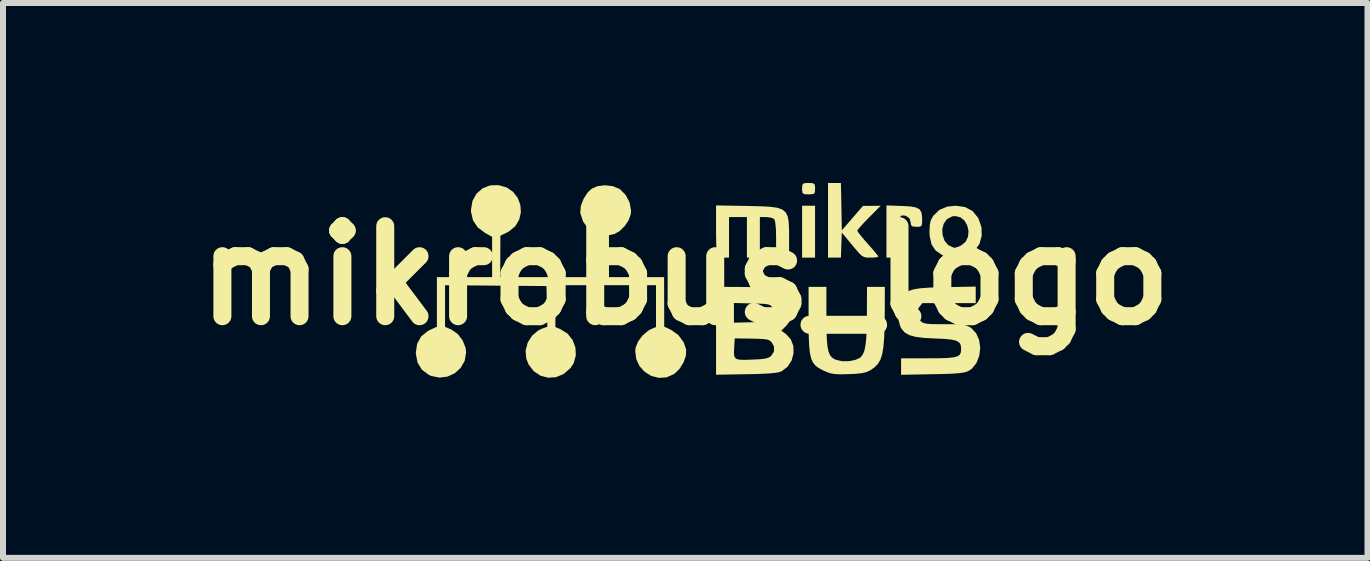
<source format=kicad_pcb>
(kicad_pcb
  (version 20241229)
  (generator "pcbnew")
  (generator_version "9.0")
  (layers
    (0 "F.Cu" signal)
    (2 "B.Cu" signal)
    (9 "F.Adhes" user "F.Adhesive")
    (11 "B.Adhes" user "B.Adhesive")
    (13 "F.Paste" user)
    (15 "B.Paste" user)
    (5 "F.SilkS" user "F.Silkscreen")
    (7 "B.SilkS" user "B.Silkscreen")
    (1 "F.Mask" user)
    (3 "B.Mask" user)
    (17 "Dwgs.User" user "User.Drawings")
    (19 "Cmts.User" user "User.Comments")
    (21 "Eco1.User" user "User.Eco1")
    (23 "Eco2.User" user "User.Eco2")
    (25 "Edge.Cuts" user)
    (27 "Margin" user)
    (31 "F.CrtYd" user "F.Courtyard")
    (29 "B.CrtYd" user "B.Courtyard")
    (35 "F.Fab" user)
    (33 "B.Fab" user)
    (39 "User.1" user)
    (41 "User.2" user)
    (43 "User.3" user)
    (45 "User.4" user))
  (footprint "mikrobus_logo"
    (layer "F.Cu")
    (at 8.371 1.542)
    (property "Reference" "mikrobus_logo" (at 0 0 0) (layer "F.SilkS") (effects (font (size 1.5 1.5) (thickness 0.3))))
    (attr board_only exclude_from_pos_files exclude_from_bom)
    (fp_poly (pts (xy 2.164 -0.73) (xy 2.164 -0.298) (xy 2.056 -0.298) (xy 1.948 -0.298) (xy 1.948 -0.73) (xy 1.948 -1.163) (xy 2.056 -1.163) (xy 2.164 -1.163)) (stroke (width 0) (type solid)) (fill yes) (layer "F.SilkS"))
    (fp_poly (pts (xy 2.125 -1.539) (xy 2.156 -1.521) (xy 2.164 -1.475) (xy 2.164 -1.447) (xy 2.161 -1.387) (xy 2.141 -1.36) (xy 2.088 -1.353) (xy 2.056 -1.353) (xy 1.987 -1.355) (xy 1.956 -1.373) (xy 1.948 -1.419) (xy 1.948 -1.447) (xy 1.951 -1.508) (xy 1.971 -1.535) (xy 2.024 -1.542) (xy 2.056 -1.542)) (stroke (width 0) (type solid)) (fill yes) (layer "F.SilkS"))
    (fp_poly (pts (xy 3.613 -1.159) (xy 3.754 -1.151) (xy 3.849 -1.133) (xy 3.908 -1.101) (xy 3.938 -1.048) (xy 3.949 -0.969) (xy 3.949 -0.928) (xy 3.947 -0.855) (xy 3.932 -0.822) (xy 3.892 -0.812) (xy 3.855 -0.812) (xy 3.79 -0.817) (xy 3.764 -0.84) (xy 3.76 -0.874) (xy 3.738 -0.952) (xy 3.678 -0.995) (xy 3.633 -1.001) (xy 3.607 -0.999) (xy 3.59 -0.988) (xy 3.579 -0.96) (xy 3.573 -0.905) (xy 3.571 -0.815) (xy 3.571 -0.681) (xy 3.571 -0.649) (xy 3.571 -0.298) (xy 3.462 -0.298) (xy 3.354 -0.298) (xy 3.354 -0.733) (xy 3.354 -1.168)) (stroke (width 0) (type solid)) (fill yes) (layer "F.SilkS"))
    (fp_poly (pts (xy 2.603 -1.147) (xy 2.61 -0.752) (xy 2.786 -0.956) (xy 2.962 -1.16) (xy 3.11 -1.161) (xy 3.258 -1.163) (xy 3.063 -0.966) (xy 2.981 -0.882) (xy 2.916 -0.811) (xy 2.876 -0.763) (xy 2.867 -0.747) (xy 2.884 -0.719) (xy 2.93 -0.66) (xy 2.996 -0.581) (xy 3.043 -0.528) (xy 3.118 -0.443) (xy 3.177 -0.372) (xy 3.213 -0.327) (xy 3.219 -0.315) (xy 3.195 -0.305) (xy 3.133 -0.299) (xy 3.087 -0.298) (xy 3.027 -0.299) (xy 2.981 -0.308) (xy 2.939 -0.332) (xy 2.89 -0.38) (xy 2.823 -0.458) (xy 2.783 -0.507) (xy 2.61 -0.715) (xy 2.602 -0.507) (xy 2.595 -0.298) (xy 2.487 -0.298) (xy 2.38 -0.298) (xy 2.38 -0.92) (xy 2.38 -1.542) (xy 2.488 -1.542) (xy 2.595 -1.542)) (stroke (width 0) (type solid)) (fill yes) (layer "F.SilkS"))
    (fp_poly (pts (xy 1.035 -1.159) (xy 1.246 -1.154) (xy 1.41 -1.146) (xy 1.532 -1.13) (xy 1.618 -1.1) (xy 1.675 -1.053) (xy 1.709 -0.984) (xy 1.725 -0.887) (xy 1.731 -0.758) (xy 1.731 -0.621) (xy 1.731 -0.298) (xy 1.623 -0.298) (xy 1.515 -0.298) (xy 1.515 -0.603) (xy 1.512 -0.765) (xy 1.502 -0.876) (xy 1.487 -0.935) (xy 1.482 -0.941) (xy 1.435 -0.963) (xy 1.362 -0.973) (xy 1.347 -0.974) (xy 1.244 -0.974) (xy 1.244 -0.636) (xy 1.244 -0.298) (xy 1.136 -0.298) (xy 1.028 -0.298) (xy 1.028 -0.636) (xy 1.028 -0.974) (xy 0.879 -0.974) (xy 0.73 -0.974) (xy 0.73 -0.636) (xy 0.73 -0.298) (xy 0.64 -0.298) (xy 0.573 -0.302) (xy 0.533 -0.315) (xy 0.532 -0.316) (xy 0.526 -0.348) (xy 0.52 -0.424) (xy 0.517 -0.535) (xy 0.514 -0.67) (xy 0.514 -0.751) (xy 0.514 -1.168)) (stroke (width 0) (type solid)) (fill yes) (layer "F.SilkS"))
    (fp_poly (pts (xy 4.664 -1.141) (xy 4.787 -1.076) (xy 4.878 -0.966) (xy 4.889 -0.946) (xy 4.938 -0.803) (xy 4.942 -0.662) (xy 4.906 -0.531) (xy 4.832 -0.424) (xy 4.728 -0.351) (xy 4.586 -0.309) (xy 4.437 -0.303) (xy 4.303 -0.332) (xy 4.28 -0.343) (xy 4.173 -0.417) (xy 4.106 -0.517) (xy 4.075 -0.652) (xy 4.071 -0.73) (xy 4.073 -0.77) (xy 4.284 -0.77) (xy 4.29 -0.671) (xy 4.323 -0.579) (xy 4.384 -0.506) (xy 4.471 -0.466) (xy 4.498 -0.462) (xy 4.535 -0.472) (xy 4.595 -0.499) (xy 4.599 -0.501) (xy 4.675 -0.564) (xy 4.714 -0.649) (xy 4.722 -0.743) (xy 4.7 -0.836) (xy 4.654 -0.916) (xy 4.585 -0.971) (xy 4.498 -0.991) (xy 4.45 -0.985) (xy 4.363 -0.94) (xy 4.309 -0.864) (xy 4.284 -0.77) (xy 4.073 -0.77) (xy 4.076 -0.841) (xy 4.092 -0.918) (xy 4.127 -0.984) (xy 4.136 -0.997) (xy 4.236 -1.094) (xy 4.37 -1.149) (xy 4.51 -1.163)) (stroke (width 0) (type solid)) (fill yes) (layer "F.SilkS"))
    (fp_poly (pts (xy 2.353 0.691) (xy 2.355 0.899) (xy 2.36 1.059) (xy 2.371 1.18) (xy 2.388 1.267) (xy 2.414 1.328) (xy 2.45 1.37) (xy 2.497 1.399) (xy 2.513 1.405) (xy 2.611 1.428) (xy 2.724 1.428) (xy 2.832 1.408) (xy 2.913 1.371) (xy 2.927 1.359) (xy 2.961 1.314) (xy 2.987 1.25) (xy 3.005 1.16) (xy 3.018 1.039) (xy 3.025 0.878) (xy 3.028 0.671) (xy 3.028 0.629) (xy 3.03 0.189) (xy 3.178 0.189) (xy 3.327 0.189) (xy 3.326 0.602) (xy 3.323 0.844) (xy 3.316 1.039) (xy 3.303 1.192) (xy 3.283 1.312) (xy 3.253 1.403) (xy 3.212 1.473) (xy 3.158 1.529) (xy 3.091 1.576) (xy 3.081 1.582) (xy 3.02 1.61) (xy 2.943 1.628) (xy 2.834 1.639) (xy 2.719 1.644) (xy 2.589 1.647) (xy 2.496 1.643) (xy 2.426 1.632) (xy 2.36 1.609) (xy 2.305 1.585) (xy 2.23 1.545) (xy 2.172 1.503) (xy 2.129 1.45) (xy 2.098 1.38) (xy 2.077 1.285) (xy 2.065 1.159) (xy 2.058 0.994) (xy 2.056 0.783) (xy 2.056 0.737) (xy 2.056 0.189) (xy 2.205 0.189) (xy 2.353 0.189)) (stroke (width 0) (type solid)) (fill yes) (layer "F.SilkS"))
    (fp_poly (pts (xy 4.842 0.322) (xy 4.842 0.46) (xy 4.398 0.46) (xy 3.953 0.46) (xy 3.897 0.531) (xy 3.851 0.606) (xy 3.85 0.667) (xy 3.895 0.732) (xy 3.908 0.745) (xy 3.937 0.772) (xy 3.97 0.791) (xy 4.016 0.802) (xy 4.085 0.809) (xy 4.187 0.811) (xy 4.323 0.812) (xy 4.469 0.812) (xy 4.572 0.816) (xy 4.644 0.823) (xy 4.696 0.837) (xy 4.739 0.857) (xy 4.764 0.873) (xy 4.848 0.961) (xy 4.899 1.076) (xy 4.917 1.206) (xy 4.901 1.338) (xy 4.854 1.459) (xy 4.776 1.555) (xy 4.727 1.588) (xy 4.687 1.606) (xy 4.633 1.619) (xy 4.559 1.628) (xy 4.455 1.636) (xy 4.313 1.641) (xy 4.126 1.645) (xy 4.118 1.645) (xy 3.598 1.655) (xy 3.598 1.517) (xy 3.598 1.38) (xy 4.056 1.38) (xy 4.24 1.379) (xy 4.378 1.374) (xy 4.475 1.364) (xy 4.539 1.347) (xy 4.576 1.32) (xy 4.594 1.281) (xy 4.598 1.229) (xy 4.599 1.22) (xy 4.592 1.16) (xy 4.568 1.117) (xy 4.518 1.087) (xy 4.436 1.068) (xy 4.313 1.056) (xy 4.166 1.05) (xy 3.978 1.04) (xy 3.837 1.022) (xy 3.733 0.993) (xy 3.659 0.95) (xy 3.607 0.891) (xy 3.586 0.853) (xy 3.552 0.732) (xy 3.547 0.593) (xy 3.57 0.461) (xy 3.591 0.407) (xy 3.628 0.342) (xy 3.673 0.292) (xy 3.73 0.256) (xy 3.81 0.23) (xy 3.918 0.213) (xy 4.063 0.202) (xy 4.251 0.196) (xy 4.335 0.194) (xy 4.842 0.185)) (stroke (width 0) (type solid)) (fill yes) (layer "F.SilkS"))
    (fp_poly (pts (xy 0.94 0.191) (xy 1.169 0.194) (xy 1.351 0.203) (xy 1.491 0.221) (xy 1.597 0.249) (xy 1.673 0.289) (xy 1.728 0.343) (xy 1.767 0.413) (xy 1.78 0.449) (xy 1.803 0.589) (xy 1.773 0.716) (xy 1.691 0.83) (xy 1.601 0.92) (xy 1.676 0.973) (xy 1.759 1.062) (xy 1.802 1.174) (xy 1.806 1.295) (xy 1.774 1.415) (xy 1.706 1.52) (xy 1.607 1.596) (xy 1.562 1.612) (xy 1.492 1.624) (xy 1.389 1.633) (xy 1.247 1.64) (xy 1.06 1.645) (xy 1.021 1.645) (xy 0.514 1.654) (xy 0.514 1.287) (xy 0.812 1.287) (xy 0.819 1.35) (xy 0.845 1.387) (xy 0.899 1.403) (xy 0.991 1.406) (xy 1.106 1.402) (xy 1.238 1.396) (xy 1.328 1.386) (xy 1.386 1.37) (xy 1.426 1.346) (xy 1.431 1.342) (xy 1.48 1.266) (xy 1.479 1.181) (xy 1.44 1.113) (xy 1.413 1.087) (xy 1.376 1.07) (xy 1.316 1.06) (xy 1.224 1.055) (xy 1.109 1.052) (xy 0.825 1.048) (xy 0.817 1.19) (xy 0.812 1.287) (xy 0.514 1.287) (xy 0.514 0.922) (xy 0.514 0.458) (xy 0.812 0.458) (xy 0.812 0.622) (xy 0.812 0.786) (xy 1.115 0.779) (xy 1.247 0.775) (xy 1.335 0.77) (xy 1.39 0.761) (xy 1.424 0.745) (xy 1.445 0.721) (xy 1.46 0.697) (xy 1.486 0.638) (xy 1.481 0.59) (xy 1.46 0.548) (xy 1.44 0.515) (xy 1.416 0.494) (xy 1.378 0.481) (xy 1.314 0.473) (xy 1.215 0.468) (xy 1.115 0.466) (xy 0.812 0.458) (xy 0.514 0.458) (xy 0.514 0.189)) (stroke (width 0) (type solid)) (fill yes) (layer "F.SilkS"))
    (fp_poly (pts (xy -2.978 -1.469) (xy -2.87 -1.395) (xy -2.792 -1.294) (xy -2.748 -1.177) (xy -2.739 -1.053) (xy -2.767 -0.931) (xy -2.833 -0.821) (xy -2.939 -0.734) (xy -2.967 -0.719) (xy -3.081 -0.663) (xy -3.082 -0.318) (xy -3.084 0.027) (xy -2.245 0.027) (xy -1.407 0.027) (xy -1.407 -0.319) (xy -1.407 -0.666) (xy -1.513 -0.713) (xy -1.623 -0.789) (xy -1.704 -0.902) (xy -1.748 -1.039) (xy -1.749 -1.049) (xy -1.74 -1.159) (xy -1.695 -1.277) (xy -1.625 -1.385) (xy -1.56 -1.446) (xy -1.459 -1.49) (xy -1.335 -1.504) (xy -1.207 -1.489) (xy -1.097 -1.444) (xy -1.085 -1.436) (xy -0.991 -1.34) (xy -0.927 -1.216) (xy -0.903 -1.084) (xy -0.907 -1.023) (xy -0.943 -0.921) (xy -1.01 -0.822) (xy -1.094 -0.74) (xy -1.18 -0.692) (xy -1.192 -0.689) (xy -1.271 -0.672) (xy -1.271 -0.322) (xy -1.271 0.027) (xy -0.812 0.027) (xy -0.352 0.027) (xy -0.351 0.44) (xy -0.35 0.852) (xy -0.236 0.906) (xy -0.115 0.992) (xy -0.026 1.113) (xy 0.016 1.234) (xy 0.012 1.335) (xy -0.028 1.449) (xy -0.095 1.556) (xy -0.179 1.638) (xy -0.187 1.643) (xy -0.312 1.698) (xy -0.441 1.706) (xy -0.565 1.674) (xy -0.675 1.606) (xy -0.762 1.51) (xy -0.817 1.392) (xy -0.833 1.257) (xy -0.826 1.201) (xy -0.786 1.099) (xy -0.71 0.999) (xy -0.617 0.919) (xy -0.568 0.893) (xy -0.487 0.859) (xy -0.487 0.511) (xy -0.487 0.162) (xy -1.325 0.162) (xy -2.164 0.162) (xy -2.164 0.511) (xy -2.164 0.859) (xy -2.083 0.893) (xy -1.962 0.968) (xy -1.877 1.075) (xy -1.83 1.2) (xy -1.823 1.333) (xy -1.86 1.463) (xy -1.913 1.543) (xy -2.026 1.642) (xy -2.154 1.695) (xy -2.286 1.703) (xy -2.412 1.67) (xy -2.523 1.596) (xy -2.609 1.486) (xy -2.65 1.384) (xy -2.66 1.252) (xy -2.626 1.12) (xy -2.553 1.003) (xy -2.45 0.916) (xy -2.392 0.888) (xy -2.298 0.854) (xy -2.305 0.515) (xy -2.313 0.176) (xy -3.158 0.169) (xy -4.003 0.162) (xy -4.003 0.508) (xy -4.003 0.855) (xy -3.895 0.903) (xy -3.791 0.975) (xy -3.709 1.083) (xy -3.66 1.208) (xy -3.652 1.284) (xy -3.676 1.422) (xy -3.742 1.539) (xy -3.841 1.629) (xy -3.962 1.685) (xy -4.097 1.702) (xy -4.234 1.674) (xy -4.273 1.657) (xy -4.388 1.571) (xy -4.461 1.452) (xy -4.49 1.305) (xy -4.49 1.285) (xy -4.468 1.135) (xy -4.4 1.014) (xy -4.288 0.924) (xy -4.254 0.907) (xy -4.139 0.853) (xy -4.139 0.44) (xy -4.139 0.027) (xy -3.679 0.027) (xy -3.219 0.027) (xy -3.219 -0.309) (xy -3.219 -0.645) (xy -3.333 -0.708) (xy -3.46 -0.803) (xy -3.538 -0.921) (xy -3.57 -1.064) (xy -3.571 -1.093) (xy -3.547 -1.24) (xy -3.481 -1.362) (xy -3.38 -1.452) (xy -3.252 -1.502) (xy -3.116 -1.507)) (stroke (width 0) (type solid)) (fill yes) (layer "F.SilkS")))
  (gr_rect
    (start -3 -3)
    (end 19.743 6.248)
    (stroke (width 0.1) (type default))
    (fill no)
    (layer "Edge.Cuts")))
</source>
